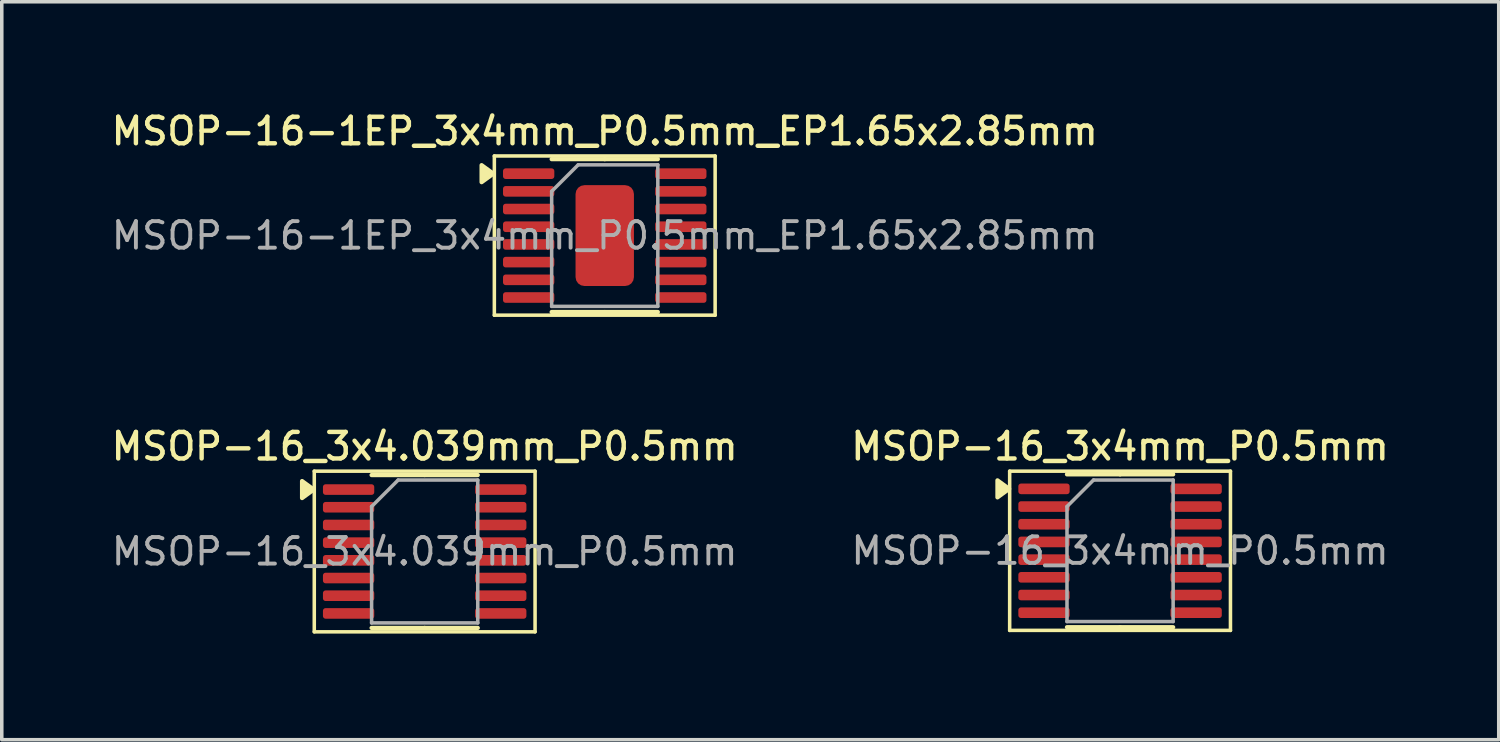
<source format=kicad_pcb>
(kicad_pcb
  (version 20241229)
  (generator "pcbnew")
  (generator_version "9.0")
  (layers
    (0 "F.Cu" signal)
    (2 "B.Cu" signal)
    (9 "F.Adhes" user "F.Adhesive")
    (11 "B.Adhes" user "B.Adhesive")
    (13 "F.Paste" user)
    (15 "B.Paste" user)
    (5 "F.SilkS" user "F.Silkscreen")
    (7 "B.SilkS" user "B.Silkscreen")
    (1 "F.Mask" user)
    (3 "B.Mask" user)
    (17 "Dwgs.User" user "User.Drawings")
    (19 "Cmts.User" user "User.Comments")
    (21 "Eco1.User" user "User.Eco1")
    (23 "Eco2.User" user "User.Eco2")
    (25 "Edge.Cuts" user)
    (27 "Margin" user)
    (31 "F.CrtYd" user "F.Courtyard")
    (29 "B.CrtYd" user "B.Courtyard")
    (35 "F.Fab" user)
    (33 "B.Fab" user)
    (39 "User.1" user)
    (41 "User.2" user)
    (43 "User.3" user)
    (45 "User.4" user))
  (footprint "MSOP-16_3x4.039mm_P0.5mm"
    (layer "F.Cu")
    (at 8.952 12.536)
    (property "Reference" "MSOP-16_3x4.039mm_P0.5mm" (at 0 -2.97 0) (layer "F.SilkS") (effects (font (size 0.75 0.75) (thickness 0.125))))
    (attr smd)
    (fp_line (start -3.12 -2.27) (end -3.12 2.27) (stroke (width 0.1) (type solid)) (layer "F.SilkS"))
    (fp_line (start -3.12 2.27) (end 3.12 2.27) (stroke (width 0.1) (type solid)) (layer "F.SilkS"))
    (fp_line (start 0 -2.16) (end -1.5 -2.16) (stroke (width 0.12) (type solid)) (layer "F.SilkS"))
    (fp_line (start 0 -2.16) (end 1.5 -2.16) (stroke (width 0.12) (type solid)) (layer "F.SilkS"))
    (fp_line (start 0 2.16) (end -1.5 2.16) (stroke (width 0.12) (type solid)) (layer "F.SilkS"))
    (fp_line (start 0 2.16) (end 1.5 2.16) (stroke (width 0.12) (type solid)) (layer "F.SilkS"))
    (fp_line (start 3.12 -2.27) (end -3.12 -2.27) (stroke (width 0.1) (type solid)) (layer "F.SilkS"))
    (fp_line (start 3.12 2.27) (end 3.12 -2.27) (stroke (width 0.1) (type solid)) (layer "F.SilkS"))
    (fp_poly (pts (xy -3.135 -1.75) (xy -3.465 -1.99) (xy -3.465 -1.51) (xy -3.135 -1.75)) (stroke (width 0.12) (type solid)) (fill yes) (layer "F.SilkS"))
    (fp_line (start -1.5 -1.27) (end -0.75 -2.019) (stroke (width 0.1) (type solid)) (layer "F.Fab"))
    (fp_line (start -1.5 2.019) (end -1.5 -1.27) (stroke (width 0.1) (type solid)) (layer "F.Fab"))
    (fp_line (start -0.75 -2.019) (end 1.5 -2.019) (stroke (width 0.1) (type solid)) (layer "F.Fab"))
    (fp_line (start 1.5 -2.019) (end 1.5 2.019) (stroke (width 0.1) (type solid)) (layer "F.Fab"))
    (fp_line (start 1.5 2.019) (end -1.5 2.019) (stroke (width 0.1) (type solid)) (layer "F.Fab"))
    (fp_text user "${REFERENCE}" (at 0 0 0) (layer "F.Fab") (effects (font (size 0.75 0.75) (thickness 0.11))))
    (pad "1" smd roundrect (at -2.15 -1.75) (size 1.45 0.3) (layers "F.Cu" "F.Mask" "F.Paste") (roundrect_rratio 0.25))
    (pad "2" smd roundrect (at -2.15 -1.25) (size 1.45 0.3) (layers "F.Cu" "F.Mask" "F.Paste") (roundrect_rratio 0.25))
    (pad "3" smd roundrect (at -2.15 -0.75) (size 1.45 0.3) (layers "F.Cu" "F.Mask" "F.Paste") (roundrect_rratio 0.25))
    (pad "4" smd roundrect (at -2.15 -0.25) (size 1.45 0.3) (layers "F.Cu" "F.Mask" "F.Paste") (roundrect_rratio 0.25))
    (pad "5" smd roundrect (at -2.15 0.25) (size 1.45 0.3) (layers "F.Cu" "F.Mask" "F.Paste") (roundrect_rratio 0.25))
    (pad "6" smd roundrect (at -2.15 0.75) (size 1.45 0.3) (layers "F.Cu" "F.Mask" "F.Paste") (roundrect_rratio 0.25))
    (pad "7" smd roundrect (at -2.15 1.25) (size 1.45 0.3) (layers "F.Cu" "F.Mask" "F.Paste") (roundrect_rratio 0.25))
    (pad "8" smd roundrect (at -2.15 1.75) (size 1.45 0.3) (layers "F.Cu" "F.Mask" "F.Paste") (roundrect_rratio 0.25))
    (pad "9" smd roundrect (at 2.15 1.75) (size 1.45 0.3) (layers "F.Cu" "F.Mask" "F.Paste") (roundrect_rratio 0.25))
    (pad "10" smd roundrect (at 2.15 1.25) (size 1.45 0.3) (layers "F.Cu" "F.Mask" "F.Paste") (roundrect_rratio 0.25))
    (pad "11" smd roundrect (at 2.15 0.75) (size 1.45 0.3) (layers "F.Cu" "F.Mask" "F.Paste") (roundrect_rratio 0.25))
    (pad "12" smd roundrect (at 2.15 0.25) (size 1.45 0.3) (layers "F.Cu" "F.Mask" "F.Paste") (roundrect_rratio 0.25))
    (pad "13" smd roundrect (at 2.15 -0.25) (size 1.45 0.3) (layers "F.Cu" "F.Mask" "F.Paste") (roundrect_rratio 0.25))
    (pad "14" smd roundrect (at 2.15 -0.75) (size 1.45 0.3) (layers "F.Cu" "F.Mask" "F.Paste") (roundrect_rratio 0.25))
    (pad "15" smd roundrect (at 2.15 -1.25) (size 1.45 0.3) (layers "F.Cu" "F.Mask" "F.Paste") (roundrect_rratio 0.25))
    (pad "16" smd roundrect (at 2.15 -1.75) (size 1.45 0.3) (layers "F.Cu" "F.Mask" "F.Paste") (roundrect_rratio 0.25)))
  (footprint "MSOP-16-1EP_3x4mm_P0.5mm_EP1.65x2.85mm"
    (layer "F.Cu")
    (at 14.041 3.608)
    (property "Reference" "MSOP-16-1EP_3x4mm_P0.5mm_EP1.65x2.85mm" (at 0 -2.95 0) (layer "F.SilkS") (effects (font (size 0.75 0.75) (thickness 0.125))))
    (attr smd)
    (fp_line (start -3.12 -2.25) (end -3.12 2.25) (stroke (width 0.1) (type solid)) (layer "F.SilkS"))
    (fp_line (start -3.12 2.25) (end 3.12 2.25) (stroke (width 0.1) (type solid)) (layer "F.SilkS"))
    (fp_line (start -1.5 -2.16) (end 0 -2.16) (stroke (width 0.12) (type solid)) (layer "F.SilkS"))
    (fp_line (start 0 -2.16) (end 1.5 -2.16) (stroke (width 0.12) (type solid)) (layer "F.SilkS"))
    (fp_line (start 0 2.16) (end -1.5 2.16) (stroke (width 0.12) (type solid)) (layer "F.SilkS"))
    (fp_line (start 0 2.16) (end 1.5 2.16) (stroke (width 0.12) (type solid)) (layer "F.SilkS"))
    (fp_line (start 3.12 -2.25) (end -3.12 -2.25) (stroke (width 0.1) (type solid)) (layer "F.SilkS"))
    (fp_line (start 3.12 2.25) (end 3.12 -2.25) (stroke (width 0.1) (type solid)) (layer "F.SilkS"))
    (fp_poly (pts (xy -3.15 -1.75) (xy -3.48 -1.99) (xy -3.48 -1.51) (xy -3.15 -1.75)) (stroke (width 0.12) (type solid)) (fill yes) (layer "F.SilkS"))
    (fp_line (start -1.5 -1.25) (end -0.75 -2) (stroke (width 0.1) (type solid)) (layer "F.Fab"))
    (fp_line (start -1.5 2) (end -1.5 -1.25) (stroke (width 0.1) (type solid)) (layer "F.Fab"))
    (fp_line (start -0.75 -2) (end 1.5 -2) (stroke (width 0.1) (type solid)) (layer "F.Fab"))
    (fp_line (start 1.5 -2) (end 1.5 2) (stroke (width 0.1) (type solid)) (layer "F.Fab"))
    (fp_line (start 1.5 2) (end -1.5 2) (stroke (width 0.1) (type solid)) (layer "F.Fab"))
    (fp_text user "${REFERENCE}" (at 0 0 0) (layer "F.Fab") (effects (font (size 0.75 0.75) (thickness 0.11))))
    (pad "" smd roundrect (at -0.41 -0.71) (size 0.67 1.15) (layers "F.Paste") (roundrect_rratio 0.25))
    (pad "" smd roundrect (at -0.41 0.71) (size 0.67 1.15) (layers "F.Paste") (roundrect_rratio 0.25))
    (pad "" smd roundrect (at 0.41 -0.71) (size 0.67 1.15) (layers "F.Paste") (roundrect_rratio 0.25))
    (pad "" smd roundrect (at 0.41 0.71) (size 0.67 1.15) (layers "F.Paste") (roundrect_rratio 0.25))
    (pad "1" smd roundrect (at -2.15 -1.75) (size 1.45 0.3) (layers "F.Cu" "F.Mask" "F.Paste") (roundrect_rratio 0.25))
    (pad "2" smd roundrect (at -2.15 -1.25) (size 1.45 0.3) (layers "F.Cu" "F.Mask" "F.Paste") (roundrect_rratio 0.25))
    (pad "3" smd roundrect (at -2.15 -0.75) (size 1.45 0.3) (layers "F.Cu" "F.Mask" "F.Paste") (roundrect_rratio 0.25))
    (pad "4" smd roundrect (at -2.15 -0.25) (size 1.45 0.3) (layers "F.Cu" "F.Mask" "F.Paste") (roundrect_rratio 0.25))
    (pad "5" smd roundrect (at -2.15 0.25) (size 1.45 0.3) (layers "F.Cu" "F.Mask" "F.Paste") (roundrect_rratio 0.25))
    (pad "6" smd roundrect (at -2.15 0.75) (size 1.45 0.3) (layers "F.Cu" "F.Mask" "F.Paste") (roundrect_rratio 0.25))
    (pad "7" smd roundrect (at -2.15 1.25) (size 1.45 0.3) (layers "F.Cu" "F.Mask" "F.Paste") (roundrect_rratio 0.25))
    (pad "8" smd roundrect (at -2.15 1.75) (size 1.45 0.3) (layers "F.Cu" "F.Mask" "F.Paste") (roundrect_rratio 0.25))
    (pad "9" smd roundrect (at 2.15 1.75) (size 1.45 0.3) (layers "F.Cu" "F.Mask" "F.Paste") (roundrect_rratio 0.25))
    (pad "10" smd roundrect (at 2.15 1.25) (size 1.45 0.3) (layers "F.Cu" "F.Mask" "F.Paste") (roundrect_rratio 0.25))
    (pad "11" smd roundrect (at 2.15 0.75) (size 1.45 0.3) (layers "F.Cu" "F.Mask" "F.Paste") (roundrect_rratio 0.25))
    (pad "12" smd roundrect (at 2.15 0.25) (size 1.45 0.3) (layers "F.Cu" "F.Mask" "F.Paste") (roundrect_rratio 0.25))
    (pad "13" smd roundrect (at 2.15 -0.25) (size 1.45 0.3) (layers "F.Cu" "F.Mask" "F.Paste") (roundrect_rratio 0.25))
    (pad "14" smd roundrect (at 2.15 -0.75) (size 1.45 0.3) (layers "F.Cu" "F.Mask" "F.Paste") (roundrect_rratio 0.25))
    (pad "15" smd roundrect (at 2.15 -1.25) (size 1.45 0.3) (layers "F.Cu" "F.Mask" "F.Paste") (roundrect_rratio 0.25))
    (pad "16" smd roundrect (at 2.15 -1.75) (size 1.45 0.3) (layers "F.Cu" "F.Mask" "F.Paste") (roundrect_rratio 0.25))
    (pad "17" smd roundrect (at 0 0) (size 1.65 2.85) (layers "F.Cu" "F.Mask") (roundrect_rratio 0.152)))
  (footprint "MSOP-16_3x4mm_P0.5mm"
    (layer "F.Cu")
    (at 28.605 12.516)
    (property "Reference" "MSOP-16_3x4mm_P0.5mm" (at 0 -2.95 0) (layer "F.SilkS") (effects (font (size 0.75 0.75) (thickness 0.125))))
    (attr smd)
    (fp_line (start -3.12 -2.25) (end -3.12 2.25) (stroke (width 0.1) (type solid)) (layer "F.SilkS"))
    (fp_line (start -3.12 2.25) (end 3.12 2.25) (stroke (width 0.1) (type solid)) (layer "F.SilkS"))
    (fp_line (start 0 -2.16) (end -1.5 -2.16) (stroke (width 0.12) (type solid)) (layer "F.SilkS"))
    (fp_line (start 0 -2.16) (end 1.5 -2.16) (stroke (width 0.12) (type solid)) (layer "F.SilkS"))
    (fp_line (start 0 2.16) (end -1.5 2.16) (stroke (width 0.12) (type solid)) (layer "F.SilkS"))
    (fp_line (start 0 2.16) (end 1.5 2.16) (stroke (width 0.12) (type solid)) (layer "F.SilkS"))
    (fp_line (start 3.12 -2.25) (end -3.12 -2.25) (stroke (width 0.1) (type solid)) (layer "F.SilkS"))
    (fp_line (start 3.12 2.25) (end 3.12 -2.25) (stroke (width 0.1) (type solid)) (layer "F.SilkS"))
    (fp_poly (pts (xy -3.135 -1.75) (xy -3.465 -1.99) (xy -3.465 -1.51) (xy -3.135 -1.75)) (stroke (width 0.12) (type solid)) (fill yes) (layer "F.SilkS"))
    (fp_line (start -1.5 -1.25) (end -0.75 -2) (stroke (width 0.1) (type solid)) (layer "F.Fab"))
    (fp_line (start -1.5 2) (end -1.5 -1.25) (stroke (width 0.1) (type solid)) (layer "F.Fab"))
    (fp_line (start -0.75 -2) (end 1.5 -2) (stroke (width 0.1) (type solid)) (layer "F.Fab"))
    (fp_line (start 1.5 -2) (end 1.5 2) (stroke (width 0.1) (type solid)) (layer "F.Fab"))
    (fp_line (start 1.5 2) (end -1.5 2) (stroke (width 0.1) (type solid)) (layer "F.Fab"))
    (fp_text user "${REFERENCE}" (at 0 0 0) (layer "F.Fab") (effects (font (size 0.75 0.75) (thickness 0.11))))
    (pad "1" smd roundrect (at -2.15 -1.75) (size 1.45 0.3) (layers "F.Cu" "F.Mask" "F.Paste") (roundrect_rratio 0.25))
    (pad "2" smd roundrect (at -2.15 -1.25) (size 1.45 0.3) (layers "F.Cu" "F.Mask" "F.Paste") (roundrect_rratio 0.25))
    (pad "3" smd roundrect (at -2.15 -0.75) (size 1.45 0.3) (layers "F.Cu" "F.Mask" "F.Paste") (roundrect_rratio 0.25))
    (pad "4" smd roundrect (at -2.15 -0.25) (size 1.45 0.3) (layers "F.Cu" "F.Mask" "F.Paste") (roundrect_rratio 0.25))
    (pad "5" smd roundrect (at -2.15 0.25) (size 1.45 0.3) (layers "F.Cu" "F.Mask" "F.Paste") (roundrect_rratio 0.25))
    (pad "6" smd roundrect (at -2.15 0.75) (size 1.45 0.3) (layers "F.Cu" "F.Mask" "F.Paste") (roundrect_rratio 0.25))
    (pad "7" smd roundrect (at -2.15 1.25) (size 1.45 0.3) (layers "F.Cu" "F.Mask" "F.Paste") (roundrect_rratio 0.25))
    (pad "8" smd roundrect (at -2.15 1.75) (size 1.45 0.3) (layers "F.Cu" "F.Mask" "F.Paste") (roundrect_rratio 0.25))
    (pad "9" smd roundrect (at 2.15 1.75) (size 1.45 0.3) (layers "F.Cu" "F.Mask" "F.Paste") (roundrect_rratio 0.25))
    (pad "10" smd roundrect (at 2.15 1.25) (size 1.45 0.3) (layers "F.Cu" "F.Mask" "F.Paste") (roundrect_rratio 0.25))
    (pad "11" smd roundrect (at 2.15 0.75) (size 1.45 0.3) (layers "F.Cu" "F.Mask" "F.Paste") (roundrect_rratio 0.25))
    (pad "12" smd roundrect (at 2.15 0.25) (size 1.45 0.3) (layers "F.Cu" "F.Mask" "F.Paste") (roundrect_rratio 0.25))
    (pad "13" smd roundrect (at 2.15 -0.25) (size 1.45 0.3) (layers "F.Cu" "F.Mask" "F.Paste") (roundrect_rratio 0.25))
    (pad "14" smd roundrect (at 2.15 -0.75) (size 1.45 0.3) (layers "F.Cu" "F.Mask" "F.Paste") (roundrect_rratio 0.25))
    (pad "15" smd roundrect (at 2.15 -1.25) (size 1.45 0.3) (layers "F.Cu" "F.Mask" "F.Paste") (roundrect_rratio 0.25))
    (pad "16" smd roundrect (at 2.15 -1.75) (size 1.45 0.3) (layers "F.Cu" "F.Mask" "F.Paste") (roundrect_rratio 0.25)))
  (gr_rect
    (start -3 -3)
    (end 39.307 17.856)
    (stroke (width 0.1) (type default))
    (fill no)
    (layer "Edge.Cuts")))
</source>
